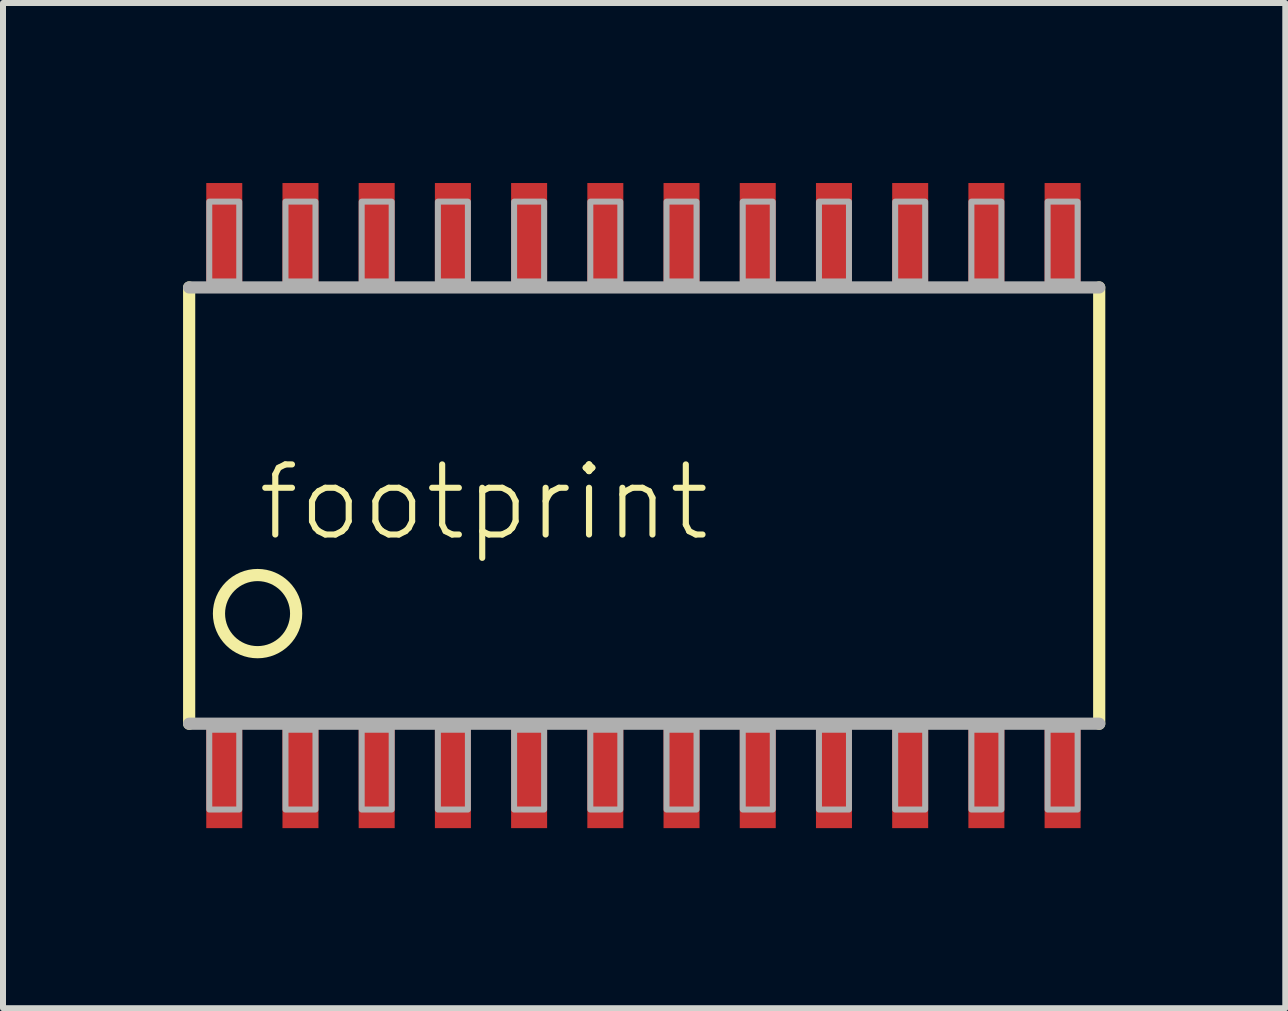
<source format=kicad_pcb>
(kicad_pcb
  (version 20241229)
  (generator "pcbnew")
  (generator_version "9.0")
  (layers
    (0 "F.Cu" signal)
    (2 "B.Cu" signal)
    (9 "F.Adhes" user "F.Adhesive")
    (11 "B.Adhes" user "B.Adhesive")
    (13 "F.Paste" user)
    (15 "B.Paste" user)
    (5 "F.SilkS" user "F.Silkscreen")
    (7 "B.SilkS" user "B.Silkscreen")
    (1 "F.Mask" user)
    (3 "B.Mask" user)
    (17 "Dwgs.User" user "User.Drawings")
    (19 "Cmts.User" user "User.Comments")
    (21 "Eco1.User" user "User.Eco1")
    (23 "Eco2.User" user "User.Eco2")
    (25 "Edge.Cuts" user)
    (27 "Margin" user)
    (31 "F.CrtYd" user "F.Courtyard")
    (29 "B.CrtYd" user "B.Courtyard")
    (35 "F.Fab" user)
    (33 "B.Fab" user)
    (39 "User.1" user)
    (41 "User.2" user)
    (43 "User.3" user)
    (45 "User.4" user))
  (footprint "footprint"
    (layer "F.Cu")
    (at 7.672 5.375)
    (property "Reference" "footprint" (at -6.48 0.63 0) (layer "F.SilkS") (effects (font (size 1.168 1.168) (thickness 0.102)) (justify left bottom)))
    (fp_line (start -7.57 3.635) (end -7.57 -3.635) (stroke (width 0.203) (type solid)) (layer "F.SilkS"))
    (fp_line (start 7.595 -3.635) (end 7.595 3.635) (stroke (width 0.203) (type solid)) (layer "F.SilkS"))
    (fp_circle (center -6.43 1.8) (end -5.787 1.8) (stroke (width 0.203) (type solid)) (fill no) (layer "F.SilkS"))
    (fp_line (start -7.57 -3.635) (end 7.595 -3.635) (stroke (width 0.203) (type solid)) (layer "F.Fab"))
    (fp_line (start 7.595 3.635) (end -7.57 3.635) (stroke (width 0.203) (type solid)) (layer "F.Fab"))
    (fp_poly (pts (xy -7.235 -3.735) (xy -6.735 -3.735) (xy -6.735 -5.065) (xy -7.235 -5.065)) (stroke (width 0.1) (type solid)) (fill no) (layer "F.Fab"))
    (fp_poly (pts (xy -7.235 5.065) (xy -6.735 5.065) (xy -6.735 3.735) (xy -7.235 3.735)) (stroke (width 0.1) (type solid)) (fill no) (layer "F.Fab"))
    (fp_poly (pts (xy -5.965 -3.735) (xy -5.465 -3.735) (xy -5.465 -5.065) (xy -5.965 -5.065)) (stroke (width 0.1) (type solid)) (fill no) (layer "F.Fab"))
    (fp_poly (pts (xy -5.965 5.065) (xy -5.465 5.065) (xy -5.465 3.735) (xy -5.965 3.735)) (stroke (width 0.1) (type solid)) (fill no) (layer "F.Fab"))
    (fp_poly (pts (xy -4.695 -3.735) (xy -4.195 -3.735) (xy -4.195 -5.065) (xy -4.695 -5.065)) (stroke (width 0.1) (type solid)) (fill no) (layer "F.Fab"))
    (fp_poly (pts (xy -4.695 5.065) (xy -4.195 5.065) (xy -4.195 3.735) (xy -4.695 3.735)) (stroke (width 0.1) (type solid)) (fill no) (layer "F.Fab"))
    (fp_poly (pts (xy -3.425 -3.735) (xy -2.925 -3.735) (xy -2.925 -5.065) (xy -3.425 -5.065)) (stroke (width 0.1) (type solid)) (fill no) (layer "F.Fab"))
    (fp_poly (pts (xy -3.425 5.065) (xy -2.925 5.065) (xy -2.925 3.735) (xy -3.425 3.735)) (stroke (width 0.1) (type solid)) (fill no) (layer "F.Fab"))
    (fp_poly (pts (xy -2.155 -3.735) (xy -1.655 -3.735) (xy -1.655 -5.065) (xy -2.155 -5.065)) (stroke (width 0.1) (type solid)) (fill no) (layer "F.Fab"))
    (fp_poly (pts (xy -2.155 5.065) (xy -1.655 5.065) (xy -1.655 3.735) (xy -2.155 3.735)) (stroke (width 0.1) (type solid)) (fill no) (layer "F.Fab"))
    (fp_poly (pts (xy -0.885 -3.735) (xy -0.385 -3.735) (xy -0.385 -5.065) (xy -0.885 -5.065)) (stroke (width 0.1) (type solid)) (fill no) (layer "F.Fab"))
    (fp_poly (pts (xy -0.885 5.065) (xy -0.385 5.065) (xy -0.385 3.735) (xy -0.885 3.735)) (stroke (width 0.1) (type solid)) (fill no) (layer "F.Fab"))
    (fp_poly (pts (xy 0.385 -3.735) (xy 0.885 -3.735) (xy 0.885 -5.065) (xy 0.385 -5.065)) (stroke (width 0.1) (type solid)) (fill no) (layer "F.Fab"))
    (fp_poly (pts (xy 0.385 5.065) (xy 0.885 5.065) (xy 0.885 3.735) (xy 0.385 3.735)) (stroke (width 0.1) (type solid)) (fill no) (layer "F.Fab"))
    (fp_poly (pts (xy 1.655 -3.735) (xy 2.155 -3.735) (xy 2.155 -5.065) (xy 1.655 -5.065)) (stroke (width 0.1) (type solid)) (fill no) (layer "F.Fab"))
    (fp_poly (pts (xy 1.655 5.065) (xy 2.155 5.065) (xy 2.155 3.735) (xy 1.655 3.735)) (stroke (width 0.1) (type solid)) (fill no) (layer "F.Fab"))
    (fp_poly (pts (xy 2.925 -3.735) (xy 3.425 -3.735) (xy 3.425 -5.065) (xy 2.925 -5.065)) (stroke (width 0.1) (type solid)) (fill no) (layer "F.Fab"))
    (fp_poly (pts (xy 2.925 5.065) (xy 3.425 5.065) (xy 3.425 3.735) (xy 2.925 3.735)) (stroke (width 0.1) (type solid)) (fill no) (layer "F.Fab"))
    (fp_poly (pts (xy 4.195 -3.735) (xy 4.695 -3.735) (xy 4.695 -5.065) (xy 4.195 -5.065)) (stroke (width 0.1) (type solid)) (fill no) (layer "F.Fab"))
    (fp_poly (pts (xy 4.195 5.065) (xy 4.695 5.065) (xy 4.695 3.735) (xy 4.195 3.735)) (stroke (width 0.1) (type solid)) (fill no) (layer "F.Fab"))
    (fp_poly (pts (xy 5.465 5.065) (xy 5.965 5.065) (xy 5.965 3.735) (xy 5.465 3.735)) (stroke (width 0.1) (type solid)) (fill no) (layer "F.Fab"))
    (fp_poly (pts (xy 5.965 -5.065) (xy 5.465 -5.065) (xy 5.465 -3.735) (xy 5.965 -3.735)) (stroke (width 0.1) (type solid)) (fill no) (layer "F.Fab"))
    (fp_poly (pts (xy 6.735 5.065) (xy 7.235 5.065) (xy 7.235 3.735) (xy 6.735 3.735)) (stroke (width 0.1) (type solid)) (fill no) (layer "F.Fab"))
    (fp_poly (pts (xy 7.235 -5.065) (xy 6.735 -5.065) (xy 6.735 -3.735) (xy 7.235 -3.735)) (stroke (width 0.1) (type solid)) (fill no) (layer "F.Fab"))
    (pad "1" smd rect (at -6.985 4.475) (size 0.6 1.8) (layers "F.Cu" "F.Mask" "F.Paste"))
    (pad "2" smd rect (at -5.715 4.475) (size 0.6 1.8) (layers "F.Cu" "F.Mask" "F.Paste"))
    (pad "3" smd rect (at -4.445 4.475) (size 0.6 1.8) (layers "F.Cu" "F.Mask" "F.Paste"))
    (pad "4" smd rect (at -3.175 4.475) (size 0.6 1.8) (layers "F.Cu" "F.Mask" "F.Paste"))
    (pad "5" smd rect (at -1.905 4.475) (size 0.6 1.8) (layers "F.Cu" "F.Mask" "F.Paste"))
    (pad "6" smd rect (at -0.635 4.475) (size 0.6 1.8) (layers "F.Cu" "F.Mask" "F.Paste"))
    (pad "7" smd rect (at 0.635 4.475) (size 0.6 1.8) (layers "F.Cu" "F.Mask" "F.Paste"))
    (pad "8" smd rect (at 1.905 4.475) (size 0.6 1.8) (layers "F.Cu" "F.Mask" "F.Paste"))
    (pad "9" smd rect (at 3.175 4.475) (size 0.6 1.8) (layers "F.Cu" "F.Mask" "F.Paste"))
    (pad "10" smd rect (at 4.445 4.475) (size 0.6 1.8) (layers "F.Cu" "F.Mask" "F.Paste"))
    (pad "11" smd rect (at 5.715 4.475) (size 0.6 1.8) (layers "F.Cu" "F.Mask" "F.Paste"))
    (pad "12" smd rect (at 6.985 4.475) (size 0.6 1.8) (layers "F.Cu" "F.Mask" "F.Paste"))
    (pad "13" smd rect (at 6.985 -4.475 180) (size 0.6 1.8) (layers "F.Cu" "F.Mask" "F.Paste"))
    (pad "14" smd rect (at 5.715 -4.475 180) (size 0.6 1.8) (layers "F.Cu" "F.Mask" "F.Paste"))
    (pad "15" smd rect (at 4.445 -4.475) (size 0.6 1.8) (layers "F.Cu" "F.Mask" "F.Paste"))
    (pad "16" smd rect (at 3.175 -4.475) (size 0.6 1.8) (layers "F.Cu" "F.Mask" "F.Paste"))
    (pad "17" smd rect (at 1.905 -4.475) (size 0.6 1.8) (layers "F.Cu" "F.Mask" "F.Paste"))
    (pad "18" smd rect (at 0.635 -4.475) (size 0.6 1.8) (layers "F.Cu" "F.Mask" "F.Paste"))
    (pad "19" smd rect (at -0.635 -4.475) (size 0.6 1.8) (layers "F.Cu" "F.Mask" "F.Paste"))
    (pad "20" smd rect (at -1.905 -4.475) (size 0.6 1.8) (layers "F.Cu" "F.Mask" "F.Paste"))
    (pad "21" smd rect (at -3.175 -4.475) (size 0.6 1.8) (layers "F.Cu" "F.Mask" "F.Paste"))
    (pad "22" smd rect (at -4.445 -4.475) (size 0.6 1.8) (layers "F.Cu" "F.Mask" "F.Paste"))
    (pad "23" smd rect (at -5.715 -4.475) (size 0.6 1.8) (layers "F.Cu" "F.Mask" "F.Paste"))
    (pad "24" smd rect (at -6.985 -4.475) (size 0.6 1.8) (layers "F.Cu" "F.Mask" "F.Paste")))
  (gr_rect
    (start -3 -3)
    (end 18.368 13.75)
    (stroke (width 0.1) (type default))
    (fill no)
    (layer "Edge.Cuts")))
</source>
